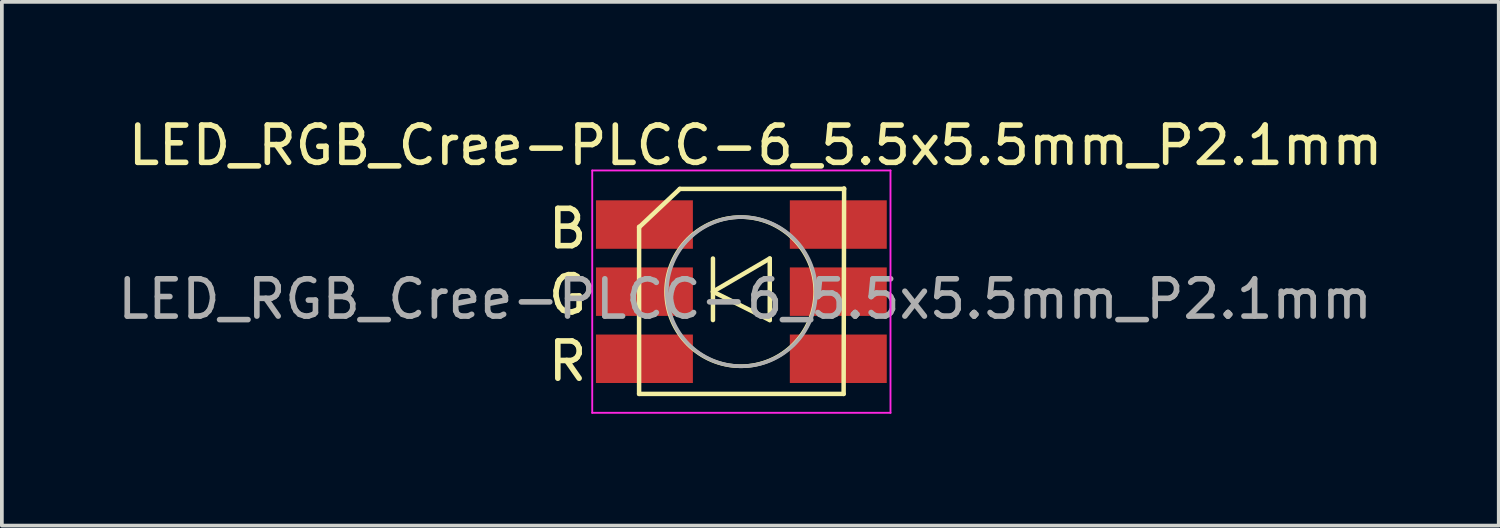
<source format=kicad_pcb>
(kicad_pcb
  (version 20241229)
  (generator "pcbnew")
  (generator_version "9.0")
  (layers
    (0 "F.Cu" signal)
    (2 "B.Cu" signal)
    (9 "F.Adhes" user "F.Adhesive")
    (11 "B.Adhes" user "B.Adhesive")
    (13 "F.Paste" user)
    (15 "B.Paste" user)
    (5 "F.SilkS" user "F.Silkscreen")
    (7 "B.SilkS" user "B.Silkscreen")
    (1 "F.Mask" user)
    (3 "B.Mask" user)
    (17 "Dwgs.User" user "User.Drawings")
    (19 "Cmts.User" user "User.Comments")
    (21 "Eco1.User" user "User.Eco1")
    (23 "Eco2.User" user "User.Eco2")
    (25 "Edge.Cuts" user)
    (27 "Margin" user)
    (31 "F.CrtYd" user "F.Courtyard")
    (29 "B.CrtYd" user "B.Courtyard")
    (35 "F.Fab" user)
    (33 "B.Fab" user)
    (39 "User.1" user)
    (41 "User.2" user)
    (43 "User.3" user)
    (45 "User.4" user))
  (footprint "LED_RGB_Cree-PLCC-6_5.5x5.5mm_P2.1mm"
    (layer "F.Cu")
    (at 16.835 4.773)
    (property "Reference" "LED_RGB_Cree-PLCC-6_5.5x5.5mm_P2.1mm" (at 0.381 -3.924 0) (layer "F.SilkS") (effects (font (size 1 1) (thickness 0.15))))
    (attr through_hole)
    (fp_line (start -2.743 2.743) (end -2.743 -1.74) (stroke (width 0.12) (type solid)) (layer "F.SilkS"))
    (fp_line (start -1.651 -2.756) (end -2.743 -1.727) (stroke (width 0.12) (type solid)) (layer "F.SilkS"))
    (fp_line (start -1.651 -2.756) (end 2.756 -2.756) (stroke (width 0.12) (type solid)) (layer "F.SilkS"))
    (fp_line (start -0.762 -0.889) (end -0.762 0.762) (stroke (width 0.12) (type solid)) (layer "F.SilkS"))
    (fp_line (start 0.762 -0.889) (end -0.762 0) (stroke (width 0.12) (type solid)) (layer "F.SilkS"))
    (fp_line (start 0.762 -0.889) (end 0.762 0.762) (stroke (width 0.12) (type solid)) (layer "F.SilkS"))
    (fp_line (start 0.762 0.762) (end -0.762 0) (stroke (width 0.12) (type solid)) (layer "F.SilkS"))
    (fp_line (start 2.743 2.743) (end -2.743 2.743) (stroke (width 0.12) (type solid)) (layer "F.SilkS"))
    (fp_line (start 2.756 -2.769) (end 2.743 2.743) (stroke (width 0.12) (type solid)) (layer "F.SilkS"))
    (fp_circle (center -0.019 0) (end 1.981 0) (stroke (width 0.1) (type solid)) (fill no) (layer "F.SilkS"))
    (fp_line (start -4 -3.25) (end -4 3.25) (stroke (width 0.05) (type solid)) (layer "F.CrtYd"))
    (fp_line (start -4 3.25) (end 4 3.25) (stroke (width 0.05) (type solid)) (layer "F.CrtYd"))
    (fp_line (start 4 -3.25) (end -4 -3.25) (stroke (width 0.05) (type solid)) (layer "F.CrtYd"))
    (fp_line (start 4 3.25) (end 4 -3.25) (stroke (width 0.05) (type solid)) (layer "F.CrtYd"))
    (fp_circle (center 0 0) (end 0 -2) (stroke (width 0.1) (type solid)) (fill no) (layer "F.Fab"))
    (fp_text user "R" (at -4.661 1.867 0) (layer "F.SilkS") (effects (font (size 1 1) (thickness 0.15))))
    (fp_text user "B" (at -4.661 -1.689 0) (layer "F.SilkS") (effects (font (size 1 1) (thickness 0.15))))
    (fp_text user "G" (at -4.661 0.089 0) (layer "F.SilkS") (effects (font (size 1 1) (thickness 0.15))))
    (fp_text user "${REFERENCE}" (at 0.1 0.2 0) (layer "F.Fab") (effects (font (size 1 1) (thickness 0.15))))
    (pad "1" smd rect (at -2.6 -1.8) (size 2.6 1.3) (layers "F.Cu" "F.Mask" "F.Paste"))
    (pad "2" smd rect (at -2.6 0) (size 2.6 1.3) (layers "F.Cu" "F.Mask" "F.Paste"))
    (pad "3" smd rect (at -2.6 1.8) (size 2.6 1.3) (layers "F.Cu" "F.Mask" "F.Paste"))
    (pad "4" smd rect (at 2.6 1.8) (size 2.6 1.3) (layers "F.Cu" "F.Mask" "F.Paste"))
    (pad "5" smd rect (at 2.6 0) (size 2.6 1.3) (layers "F.Cu" "F.Mask" "F.Paste"))
    (pad "6" smd rect (at 2.6 -1.8) (size 2.6 1.3) (layers "F.Cu" "F.Mask" "F.Paste")))
  (gr_rect
    (start -3 -3)
    (end 37.15 11.048)
    (stroke (width 0.1) (type default))
    (fill no)
    (layer "Edge.Cuts")))
</source>
